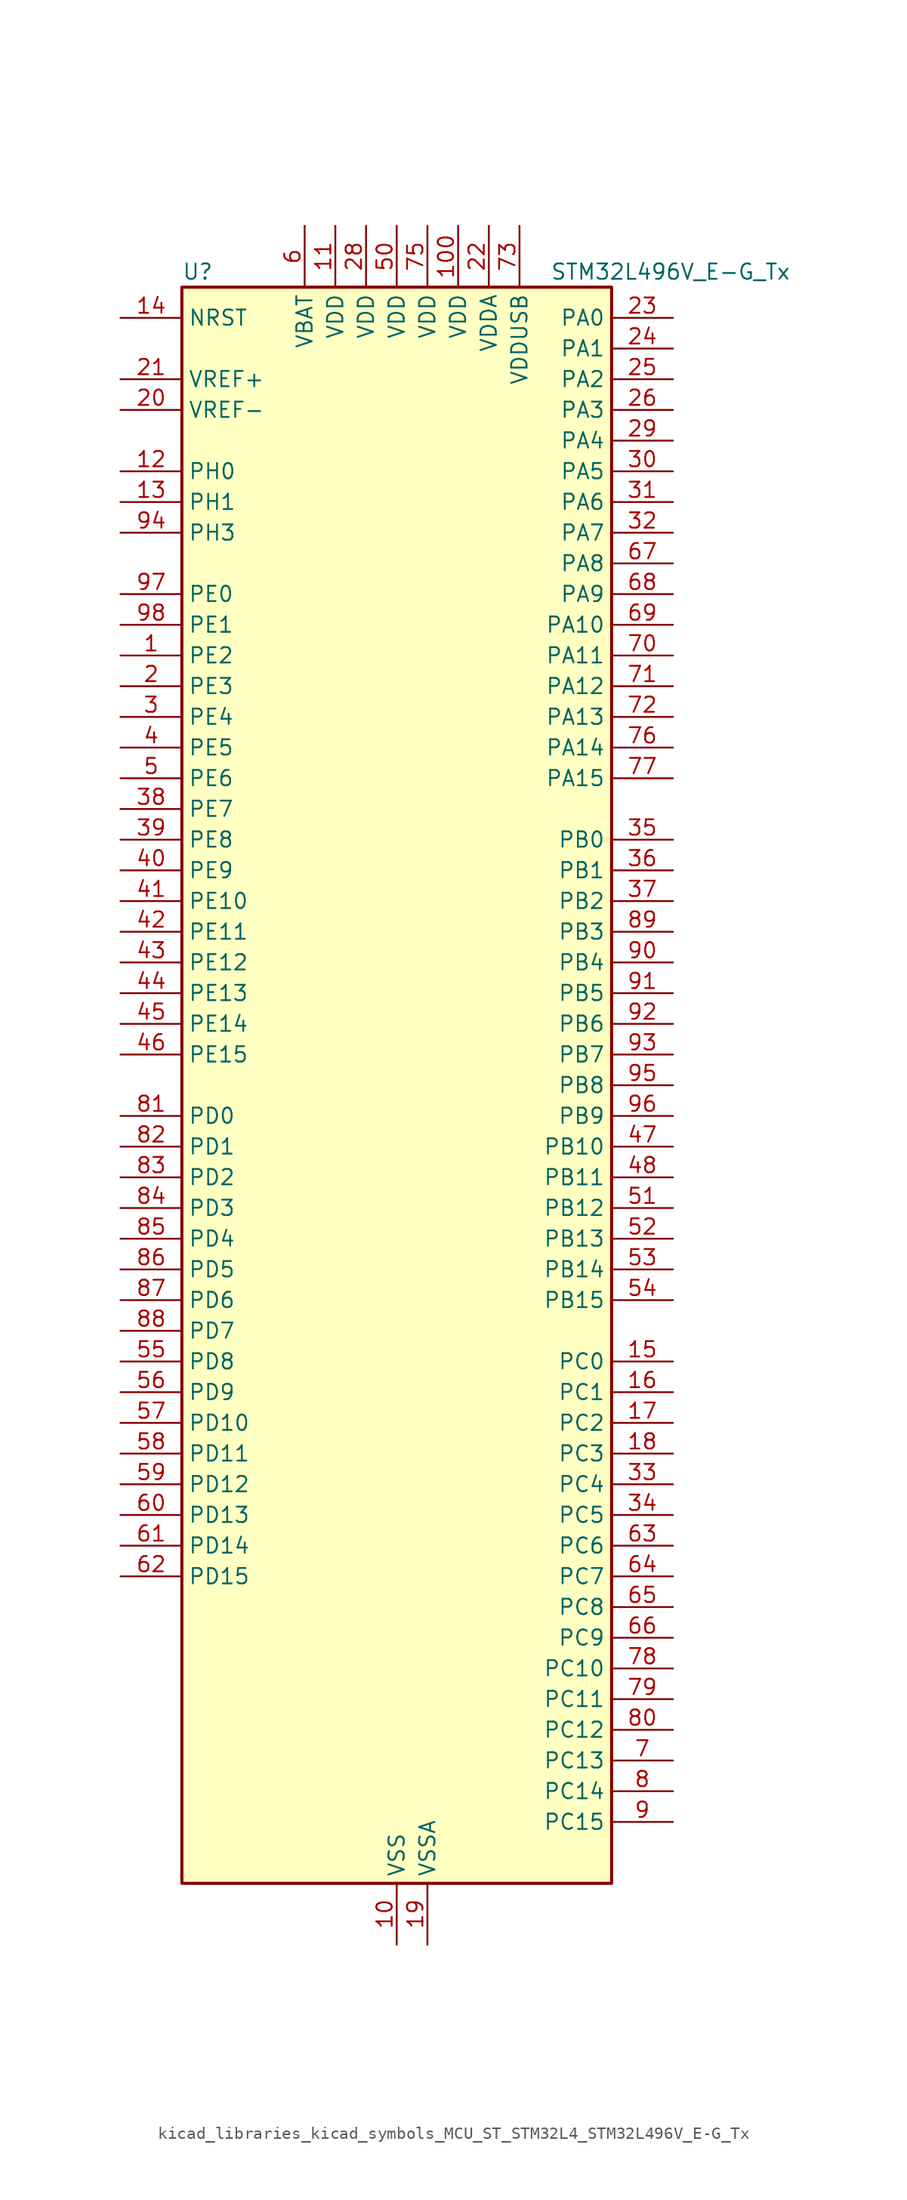
<source format=kicad_sym>
(kicad_symbol_lib
  (version 20220914)
  (generator kicad_symbol_editor)
  (symbol "kicad_libraries_kicad_symbols_MCU_ST_STM32L4_STM32L496V_E-G_Tx"
    (property "Reference" "U"
      (at -17.78 67.31 0)
      (effects (font (size 1.27 1.27)) (justify left)))
    (property "Value" "STM32L496V_E-G_Tx"
      (at 12.7 67.31 0)
      (effects (font (size 1.27 1.27)) (justify left)))
    (property "ki_locked" ""
      (at 0 0 0)
      (effects (font (size 1.27 1.27))))
    (symbol "kicad_libraries_kicad_symbols_MCU_ST_STM32L4_STM32L496V_E-G_Tx_0_1"
      (rectangle (start -17.78 -66.04) (end 17.78 66.04) (stroke (width 0.254) (type default)) (fill (type background))))
    (symbol "kicad_libraries_kicad_symbols_MCU_ST_STM32L4_STM32L496V_E-G_Tx_1_1"
      (pin bidirectional line (at -22.86 35.56 0) (length 5.08) (name "PE2" (effects (font (size 1.27 1.27)))) (number "1" (effects (font (size 1.27 1.27)))) (alternate "FMC_A23" bidirectional line) (alternate "LCD_SEG38" bidirectional line) (alternate "SAI1_MCLK_A" bidirectional line) (alternate "SYS_TRACECLK" bidirectional line) (alternate "TIM3_ETR" bidirectional line) (alternate "TSC_G7_IO1" bidirectional line))
      (pin power_in line (at 0 -71.12 90) (length 5.08) (name "VSS" (effects (font (size 1.27 1.27)))) (number "10" (effects (font (size 1.27 1.27)))))
      (pin power_in line (at 5.08 71.12 270) (length 5.08) (name "VDD" (effects (font (size 1.27 1.27)))) (number "100" (effects (font (size 1.27 1.27)))))
      (pin power_in line (at -5.08 71.12 270) (length 5.08) (name "VDD" (effects (font (size 1.27 1.27)))) (number "11" (effects (font (size 1.27 1.27)))))
      (pin bidirectional line (at -22.86 50.8 0) (length 5.08) (name "PH0" (effects (font (size 1.27 1.27)))) (number "12" (effects (font (size 1.27 1.27)))) (alternate "RCC_OSC_IN" bidirectional line))
      (pin bidirectional line (at -22.86 48.26 0) (length 5.08) (name "PH1" (effects (font (size 1.27 1.27)))) (number "13" (effects (font (size 1.27 1.27)))) (alternate "RCC_OSC_OUT" bidirectional line))
      (pin input line (at -22.86 63.5 0) (length 5.08) (name "NRST" (effects (font (size 1.27 1.27)))) (number "14" (effects (font (size 1.27 1.27)))))
      (pin bidirectional line (at 22.86 -22.86 180) (length 5.08) (name "PC0" (effects (font (size 1.27 1.27)))) (number "15" (effects (font (size 1.27 1.27)))) (alternate "ADC1_IN1" bidirectional line) (alternate "ADC2_IN1" bidirectional line) (alternate "ADC3_IN1" bidirectional line) (alternate "DFSDM1_DATIN4" bidirectional line) (alternate "I2C3_SCL" bidirectional line) (alternate "I2C4_SCL" bidirectional line) (alternate "LCD_SEG18" bidirectional line) (alternate "LPTIM1_IN1" bidirectional line) (alternate "LPTIM2_IN1" bidirectional line) (alternate "LPUART1_RX" bidirectional line))
      (pin bidirectional line (at 22.86 -25.4 180) (length 5.08) (name "PC1" (effects (font (size 1.27 1.27)))) (number "16" (effects (font (size 1.27 1.27)))) (alternate "ADC1_IN2" bidirectional line) (alternate "ADC2_IN2" bidirectional line) (alternate "ADC3_IN2" bidirectional line) (alternate "DFSDM1_CKIN4" bidirectional line) (alternate "I2C3_SDA" bidirectional line) (alternate "I2C4_SDA" bidirectional line) (alternate "LCD_SEG19" bidirectional line) (alternate "LPTIM1_OUT" bidirectional line) (alternate "LPUART1_TX" bidirectional line) (alternate "QUADSPI_BK2_IO0" bidirectional line) (alternate "SAI1_SD_A" bidirectional line) (alternate "SPI2_MOSI" bidirectional line) (alternate "SYS_TRACED0" bidirectional line))
      (pin bidirectional line (at 22.86 -27.94 180) (length 5.08) (name "PC2" (effects (font (size 1.27 1.27)))) (number "17" (effects (font (size 1.27 1.27)))) (alternate "ADC1_IN3" bidirectional line) (alternate "ADC2_IN3" bidirectional line) (alternate "ADC3_IN3" bidirectional line) (alternate "DFSDM1_CKOUT" bidirectional line) (alternate "LCD_SEG20" bidirectional line) (alternate "LPTIM1_IN2" bidirectional line) (alternate "QUADSPI_BK2_IO1" bidirectional line) (alternate "SPI2_MISO" bidirectional line))
      (pin bidirectional line (at 22.86 -30.48 180) (length 5.08) (name "PC3" (effects (font (size 1.27 1.27)))) (number "18" (effects (font (size 1.27 1.27)))) (alternate "ADC1_IN4" bidirectional line) (alternate "ADC2_IN4" bidirectional line) (alternate "ADC3_IN4" bidirectional line) (alternate "LCD_VLCD" bidirectional line) (alternate "LPTIM1_ETR" bidirectional line) (alternate "LPTIM2_ETR" bidirectional line) (alternate "QUADSPI_BK2_IO2" bidirectional line) (alternate "SAI1_SD_A" bidirectional line) (alternate "SPI2_MOSI" bidirectional line))
      (pin power_in line (at 2.54 -71.12 90) (length 5.08) (name "VSSA" (effects (font (size 1.27 1.27)))) (number "19" (effects (font (size 1.27 1.27)))))
      (pin bidirectional line (at -22.86 33.02 0) (length 5.08) (name "PE3" (effects (font (size 1.27 1.27)))) (number "2" (effects (font (size 1.27 1.27)))) (alternate "FMC_A19" bidirectional line) (alternate "LCD_SEG39" bidirectional line) (alternate "SAI1_SD_B" bidirectional line) (alternate "SYS_TRACED0" bidirectional line) (alternate "TIM3_CH1" bidirectional line) (alternate "TSC_G7_IO2" bidirectional line))
      (pin input line (at -22.86 55.88 0) (length 5.08) (name "VREF-" (effects (font (size 1.27 1.27)))) (number "20" (effects (font (size 1.27 1.27)))))
      (pin input line (at -22.86 58.42 0) (length 5.08) (name "VREF+" (effects (font (size 1.27 1.27)))) (number "21" (effects (font (size 1.27 1.27)))) (alternate "VREFBUF_OUT" bidirectional line))
      (pin power_in line (at 7.62 71.12 270) (length 5.08) (name "VDDA" (effects (font (size 1.27 1.27)))) (number "22" (effects (font (size 1.27 1.27)))))
      (pin bidirectional line (at 22.86 63.5 180) (length 5.08) (name "PA0" (effects (font (size 1.27 1.27)))) (number "23" (effects (font (size 1.27 1.27)))) (alternate "ADC1_IN5" bidirectional line) (alternate "ADC2_IN5" bidirectional line) (alternate "OPAMP1_VINP" bidirectional line) (alternate "RTC_TAMP2" bidirectional line) (alternate "SAI1_EXTCLK" bidirectional line) (alternate "SYS_WKUP1" bidirectional line) (alternate "TIM2_CH1" bidirectional line) (alternate "TIM2_ETR" bidirectional line) (alternate "TIM5_CH1" bidirectional line) (alternate "TIM8_ETR" bidirectional line) (alternate "UART4_TX" bidirectional line) (alternate "USART2_CTS" bidirectional line))
      (pin bidirectional line (at 22.86 60.96 180) (length 5.08) (name "PA1" (effects (font (size 1.27 1.27)))) (number "24" (effects (font (size 1.27 1.27)))) (alternate "ADC1_IN6" bidirectional line) (alternate "ADC2_IN6" bidirectional line) (alternate "I2C1_SMBA" bidirectional line) (alternate "LCD_SEG0" bidirectional line) (alternate "OPAMP1_VINM" bidirectional line) (alternate "SPI1_SCK" bidirectional line) (alternate "TIM15_CH1N" bidirectional line) (alternate "TIM2_CH2" bidirectional line) (alternate "TIM5_CH2" bidirectional line) (alternate "UART4_RX" bidirectional line) (alternate "USART2_DE" bidirectional line) (alternate "USART2_RTS" bidirectional line))
      (pin bidirectional line (at 22.86 58.42 180) (length 5.08) (name "PA2" (effects (font (size 1.27 1.27)))) (number "25" (effects (font (size 1.27 1.27)))) (alternate "ADC1_IN7" bidirectional line) (alternate "ADC2_IN7" bidirectional line) (alternate "LCD_SEG1" bidirectional line) (alternate "LPUART1_TX" bidirectional line) (alternate "QUADSPI_BK1_NCS" bidirectional line) (alternate "RCC_LSCO" bidirectional line) (alternate "SAI2_EXTCLK" bidirectional line) (alternate "SYS_WKUP4" bidirectional line) (alternate "TIM15_CH1" bidirectional line) (alternate "TIM2_CH3" bidirectional line) (alternate "TIM5_CH3" bidirectional line) (alternate "USART2_TX" bidirectional line))
      (pin bidirectional line (at 22.86 55.88 180) (length 5.08) (name "PA3" (effects (font (size 1.27 1.27)))) (number "26" (effects (font (size 1.27 1.27)))) (alternate "ADC1_IN8" bidirectional line) (alternate "ADC2_IN8" bidirectional line) (alternate "LCD_SEG2" bidirectional line) (alternate "LPUART1_RX" bidirectional line) (alternate "OPAMP1_VOUT" bidirectional line) (alternate "QUADSPI_CLK" bidirectional line) (alternate "SAI1_MCLK_A" bidirectional line) (alternate "TIM15_CH2" bidirectional line) (alternate "TIM2_CH4" bidirectional line) (alternate "TIM5_CH4" bidirectional line) (alternate "USART2_RX" bidirectional line))
      (pin passive line (at 0 -71.12 90) (length 5.08) hide (name "VSS" (effects (font (size 1.27 1.27)))) (number "27" (effects (font (size 1.27 1.27)))))
      (pin power_in line (at -2.54 71.12 270) (length 5.08) (name "VDD" (effects (font (size 1.27 1.27)))) (number "28" (effects (font (size 1.27 1.27)))))
      (pin bidirectional line (at 22.86 53.34 180) (length 5.08) (name "PA4" (effects (font (size 1.27 1.27)))) (number "29" (effects (font (size 1.27 1.27)))) (alternate "ADC1_IN9" bidirectional line) (alternate "ADC2_IN9" bidirectional line) (alternate "DAC1_OUT1" bidirectional line) (alternate "DCMI_HSYNC" bidirectional line) (alternate "LPTIM2_OUT" bidirectional line) (alternate "SAI1_FS_B" bidirectional line) (alternate "SPI1_NSS" bidirectional line) (alternate "SPI3_NSS" bidirectional line) (alternate "USART2_CK" bidirectional line))
      (pin bidirectional line (at -22.86 30.48 0) (length 5.08) (name "PE4" (effects (font (size 1.27 1.27)))) (number "3" (effects (font (size 1.27 1.27)))) (alternate "DCMI_D4" bidirectional line) (alternate "DFSDM1_DATIN3" bidirectional line) (alternate "FMC_A20" bidirectional line) (alternate "SAI1_FS_A" bidirectional line) (alternate "SYS_TRACED1" bidirectional line) (alternate "TIM3_CH2" bidirectional line) (alternate "TSC_G7_IO3" bidirectional line))
      (pin bidirectional line (at 22.86 50.8 180) (length 5.08) (name "PA5" (effects (font (size 1.27 1.27)))) (number "30" (effects (font (size 1.27 1.27)))) (alternate "ADC1_IN10" bidirectional line) (alternate "ADC2_IN10" bidirectional line) (alternate "DAC1_OUT2" bidirectional line) (alternate "LPTIM2_ETR" bidirectional line) (alternate "SPI1_SCK" bidirectional line) (alternate "TIM2_CH1" bidirectional line) (alternate "TIM2_ETR" bidirectional line) (alternate "TIM8_CH1N" bidirectional line))
      (pin bidirectional line (at 22.86 48.26 180) (length 5.08) (name "PA6" (effects (font (size 1.27 1.27)))) (number "31" (effects (font (size 1.27 1.27)))) (alternate "ADC1_IN11" bidirectional line) (alternate "ADC2_IN11" bidirectional line) (alternate "DCMI_PIXCLK" bidirectional line) (alternate "LCD_SEG3" bidirectional line) (alternate "LPUART1_CTS" bidirectional line) (alternate "OPAMP2_VINP" bidirectional line) (alternate "QUADSPI_BK1_IO3" bidirectional line) (alternate "SPI1_MISO" bidirectional line) (alternate "TIM16_CH1" bidirectional line) (alternate "TIM1_BKIN" bidirectional line) (alternate "TIM1_BKIN_COMP2" bidirectional line) (alternate "TIM3_CH1" bidirectional line) (alternate "TIM8_BKIN" bidirectional line) (alternate "TIM8_BKIN_COMP2" bidirectional line) (alternate "USART3_CTS" bidirectional line))
      (pin bidirectional line (at 22.86 45.72 180) (length 5.08) (name "PA7" (effects (font (size 1.27 1.27)))) (number "32" (effects (font (size 1.27 1.27)))) (alternate "ADC1_IN12" bidirectional line) (alternate "ADC2_IN12" bidirectional line) (alternate "I2C3_SCL" bidirectional line) (alternate "LCD_SEG4" bidirectional line) (alternate "OPAMP2_VINM" bidirectional line) (alternate "QUADSPI_BK1_IO2" bidirectional line) (alternate "SPI1_MOSI" bidirectional line) (alternate "TIM17_CH1" bidirectional line) (alternate "TIM1_CH1N" bidirectional line) (alternate "TIM3_CH2" bidirectional line) (alternate "TIM8_CH1N" bidirectional line))
      (pin bidirectional line (at 22.86 -33.02 180) (length 5.08) (name "PC4" (effects (font (size 1.27 1.27)))) (number "33" (effects (font (size 1.27 1.27)))) (alternate "ADC1_IN13" bidirectional line) (alternate "ADC2_IN13" bidirectional line) (alternate "COMP1_INM" bidirectional line) (alternate "LCD_SEG22" bidirectional line) (alternate "QUADSPI_BK2_IO3" bidirectional line) (alternate "USART3_TX" bidirectional line))
      (pin bidirectional line (at 22.86 -35.56 180) (length 5.08) (name "PC5" (effects (font (size 1.27 1.27)))) (number "34" (effects (font (size 1.27 1.27)))) (alternate "ADC1_IN14" bidirectional line) (alternate "ADC2_IN14" bidirectional line) (alternate "COMP1_INP" bidirectional line) (alternate "LCD_SEG23" bidirectional line) (alternate "SYS_WKUP5" bidirectional line) (alternate "USART3_RX" bidirectional line))
      (pin bidirectional line (at 22.86 20.32 180) (length 5.08) (name "PB0" (effects (font (size 1.27 1.27)))) (number "35" (effects (font (size 1.27 1.27)))) (alternate "ADC1_IN15" bidirectional line) (alternate "ADC2_IN15" bidirectional line) (alternate "COMP1_OUT" bidirectional line) (alternate "LCD_SEG5" bidirectional line) (alternate "OPAMP2_VOUT" bidirectional line) (alternate "QUADSPI_BK1_IO1" bidirectional line) (alternate "SAI1_EXTCLK" bidirectional line) (alternate "SPI1_NSS" bidirectional line) (alternate "TIM1_CH2N" bidirectional line) (alternate "TIM3_CH3" bidirectional line) (alternate "TIM8_CH2N" bidirectional line) (alternate "USART3_CK" bidirectional line))
      (pin bidirectional line (at 22.86 17.78 180) (length 5.08) (name "PB1" (effects (font (size 1.27 1.27)))) (number "36" (effects (font (size 1.27 1.27)))) (alternate "ADC1_IN16" bidirectional line) (alternate "ADC2_IN16" bidirectional line) (alternate "COMP1_INM" bidirectional line) (alternate "DFSDM1_DATIN0" bidirectional line) (alternate "LCD_SEG6" bidirectional line) (alternate "LPTIM2_IN1" bidirectional line) (alternate "LPUART1_DE" bidirectional line) (alternate "LPUART1_RTS" bidirectional line) (alternate "QUADSPI_BK1_IO0" bidirectional line) (alternate "TIM1_CH3N" bidirectional line) (alternate "TIM3_CH4" bidirectional line) (alternate "TIM8_CH3N" bidirectional line) (alternate "USART3_DE" bidirectional line) (alternate "USART3_RTS" bidirectional line))
      (pin bidirectional line (at 22.86 15.24 180) (length 5.08) (name "PB2" (effects (font (size 1.27 1.27)))) (number "37" (effects (font (size 1.27 1.27)))) (alternate "COMP1_INP" bidirectional line) (alternate "DFSDM1_CKIN0" bidirectional line) (alternate "I2C3_SMBA" bidirectional line) (alternate "LCD_VLCD" bidirectional line) (alternate "LPTIM1_OUT" bidirectional line) (alternate "RTC_OUT_ALARM" bidirectional line) (alternate "RTC_OUT_CALIB" bidirectional line))
      (pin bidirectional line (at -22.86 22.86 0) (length 5.08) (name "PE7" (effects (font (size 1.27 1.27)))) (number "38" (effects (font (size 1.27 1.27)))) (alternate "DFSDM1_DATIN2" bidirectional line) (alternate "FMC_D4" bidirectional line) (alternate "FMC_DA4" bidirectional line) (alternate "SAI1_SD_B" bidirectional line) (alternate "TIM1_ETR" bidirectional line))
      (pin bidirectional line (at -22.86 20.32 0) (length 5.08) (name "PE8" (effects (font (size 1.27 1.27)))) (number "39" (effects (font (size 1.27 1.27)))) (alternate "DFSDM1_CKIN2" bidirectional line) (alternate "FMC_D5" bidirectional line) (alternate "FMC_DA5" bidirectional line) (alternate "SAI1_SCK_B" bidirectional line) (alternate "TIM1_CH1N" bidirectional line))
      (pin bidirectional line (at -22.86 27.94 0) (length 5.08) (name "PE5" (effects (font (size 1.27 1.27)))) (number "4" (effects (font (size 1.27 1.27)))) (alternate "DCMI_D6" bidirectional line) (alternate "DFSDM1_CKIN3" bidirectional line) (alternate "FMC_A21" bidirectional line) (alternate "SAI1_SCK_A" bidirectional line) (alternate "SYS_TRACED2" bidirectional line) (alternate "TIM3_CH3" bidirectional line) (alternate "TSC_G7_IO4" bidirectional line))
      (pin bidirectional line (at -22.86 17.78 0) (length 5.08) (name "PE9" (effects (font (size 1.27 1.27)))) (number "40" (effects (font (size 1.27 1.27)))) (alternate "DAC1_EXTI9" bidirectional line) (alternate "DFSDM1_CKOUT" bidirectional line) (alternate "FMC_D6" bidirectional line) (alternate "FMC_DA6" bidirectional line) (alternate "SAI1_FS_B" bidirectional line) (alternate "TIM1_CH1" bidirectional line))
      (pin bidirectional line (at -22.86 15.24 0) (length 5.08) (name "PE10" (effects (font (size 1.27 1.27)))) (number "41" (effects (font (size 1.27 1.27)))) (alternate "DFSDM1_DATIN4" bidirectional line) (alternate "FMC_D7" bidirectional line) (alternate "FMC_DA7" bidirectional line) (alternate "QUADSPI_CLK" bidirectional line) (alternate "SAI1_MCLK_B" bidirectional line) (alternate "TIM1_CH2N" bidirectional line) (alternate "TSC_G5_IO1" bidirectional line))
      (pin bidirectional line (at -22.86 12.7 0) (length 5.08) (name "PE11" (effects (font (size 1.27 1.27)))) (number "42" (effects (font (size 1.27 1.27)))) (alternate "ADC1_EXTI11" bidirectional line) (alternate "ADC2_EXTI11" bidirectional line) (alternate "ADC3_EXTI11" bidirectional line) (alternate "DFSDM1_CKIN4" bidirectional line) (alternate "FMC_D8" bidirectional line) (alternate "FMC_DA8" bidirectional line) (alternate "QUADSPI_BK1_NCS" bidirectional line) (alternate "TIM1_CH2" bidirectional line) (alternate "TSC_G5_IO2" bidirectional line))
      (pin bidirectional line (at -22.86 10.16 0) (length 5.08) (name "PE12" (effects (font (size 1.27 1.27)))) (number "43" (effects (font (size 1.27 1.27)))) (alternate "DFSDM1_DATIN5" bidirectional line) (alternate "FMC_D9" bidirectional line) (alternate "FMC_DA9" bidirectional line) (alternate "QUADSPI_BK1_IO0" bidirectional line) (alternate "SPI1_NSS" bidirectional line) (alternate "TIM1_CH3N" bidirectional line) (alternate "TSC_G5_IO3" bidirectional line))
      (pin bidirectional line (at -22.86 7.62 0) (length 5.08) (name "PE13" (effects (font (size 1.27 1.27)))) (number "44" (effects (font (size 1.27 1.27)))) (alternate "DFSDM1_CKIN5" bidirectional line) (alternate "FMC_D10" bidirectional line) (alternate "FMC_DA10" bidirectional line) (alternate "QUADSPI_BK1_IO1" bidirectional line) (alternate "SPI1_SCK" bidirectional line) (alternate "TIM1_CH3" bidirectional line) (alternate "TSC_G5_IO4" bidirectional line))
      (pin bidirectional line (at -22.86 5.08 0) (length 5.08) (name "PE14" (effects (font (size 1.27 1.27)))) (number "45" (effects (font (size 1.27 1.27)))) (alternate "FMC_D11" bidirectional line) (alternate "FMC_DA11" bidirectional line) (alternate "QUADSPI_BK1_IO2" bidirectional line) (alternate "SPI1_MISO" bidirectional line) (alternate "TIM1_BKIN2" bidirectional line) (alternate "TIM1_BKIN2_COMP2" bidirectional line) (alternate "TIM1_CH4" bidirectional line))
      (pin bidirectional line (at -22.86 2.54 0) (length 5.08) (name "PE15" (effects (font (size 1.27 1.27)))) (number "46" (effects (font (size 1.27 1.27)))) (alternate "ADC1_EXTI15" bidirectional line) (alternate "ADC2_EXTI15" bidirectional line) (alternate "ADC3_EXTI15" bidirectional line) (alternate "FMC_D12" bidirectional line) (alternate "FMC_DA12" bidirectional line) (alternate "QUADSPI_BK1_IO3" bidirectional line) (alternate "SPI1_MOSI" bidirectional line) (alternate "TIM1_BKIN" bidirectional line) (alternate "TIM1_BKIN_COMP1" bidirectional line))
      (pin bidirectional line (at 22.86 -5.08 180) (length 5.08) (name "PB10" (effects (font (size 1.27 1.27)))) (number "47" (effects (font (size 1.27 1.27)))) (alternate "COMP1_OUT" bidirectional line) (alternate "DFSDM1_DATIN7" bidirectional line) (alternate "I2C2_SCL" bidirectional line) (alternate "I2C4_SCL" bidirectional line) (alternate "LCD_SEG10" bidirectional line) (alternate "LPUART1_RX" bidirectional line) (alternate "QUADSPI_CLK" bidirectional line) (alternate "SAI1_SCK_A" bidirectional line) (alternate "SPI2_SCK" bidirectional line) (alternate "TIM2_CH3" bidirectional line) (alternate "TSC_SYNC" bidirectional line) (alternate "USART3_TX" bidirectional line))
      (pin bidirectional line (at 22.86 -7.62 180) (length 5.08) (name "PB11" (effects (font (size 1.27 1.27)))) (number "48" (effects (font (size 1.27 1.27)))) (alternate "ADC1_EXTI11" bidirectional line) (alternate "ADC2_EXTI11" bidirectional line) (alternate "ADC3_EXTI11" bidirectional line) (alternate "COMP2_OUT" bidirectional line) (alternate "DFSDM1_CKIN7" bidirectional line) (alternate "I2C2_SDA" bidirectional line) (alternate "I2C4_SDA" bidirectional line) (alternate "LCD_SEG11" bidirectional line) (alternate "LPUART1_TX" bidirectional line) (alternate "QUADSPI_BK1_NCS" bidirectional line) (alternate "TIM2_CH4" bidirectional line) (alternate "USART3_RX" bidirectional line))
      (pin passive line (at 0 -71.12 90) (length 5.08) hide (name "VSS" (effects (font (size 1.27 1.27)))) (number "49" (effects (font (size 1.27 1.27)))))
      (pin bidirectional line (at -22.86 25.4 0) (length 5.08) (name "PE6" (effects (font (size 1.27 1.27)))) (number "5" (effects (font (size 1.27 1.27)))) (alternate "DCMI_D7" bidirectional line) (alternate "FMC_A22" bidirectional line) (alternate "RTC_TAMP3" bidirectional line) (alternate "SAI1_SD_A" bidirectional line) (alternate "SYS_TRACED3" bidirectional line) (alternate "SYS_WKUP3" bidirectional line) (alternate "TIM3_CH4" bidirectional line))
      (pin power_in line (at 0 71.12 270) (length 5.08) (name "VDD" (effects (font (size 1.27 1.27)))) (number "50" (effects (font (size 1.27 1.27)))))
      (pin bidirectional line (at 22.86 -10.16 180) (length 5.08) (name "PB12" (effects (font (size 1.27 1.27)))) (number "51" (effects (font (size 1.27 1.27)))) (alternate "CAN2_RX" bidirectional line) (alternate "DFSDM1_DATIN1" bidirectional line) (alternate "I2C2_SMBA" bidirectional line) (alternate "LCD_SEG12" bidirectional line) (alternate "LPUART1_DE" bidirectional line) (alternate "LPUART1_RTS" bidirectional line) (alternate "SAI2_FS_A" bidirectional line) (alternate "SPI2_NSS" bidirectional line) (alternate "SWPMI1_IO" bidirectional line) (alternate "TIM15_BKIN" bidirectional line) (alternate "TIM1_BKIN" bidirectional line) (alternate "TIM1_BKIN_COMP2" bidirectional line) (alternate "TSC_G1_IO1" bidirectional line) (alternate "USART3_CK" bidirectional line))
      (pin bidirectional line (at 22.86 -12.7 180) (length 5.08) (name "PB13" (effects (font (size 1.27 1.27)))) (number "52" (effects (font (size 1.27 1.27)))) (alternate "CAN2_TX" bidirectional line) (alternate "DFSDM1_CKIN1" bidirectional line) (alternate "I2C2_SCL" bidirectional line) (alternate "LCD_SEG13" bidirectional line) (alternate "LPUART1_CTS" bidirectional line) (alternate "SAI2_SCK_A" bidirectional line) (alternate "SPI2_SCK" bidirectional line) (alternate "SWPMI1_TX" bidirectional line) (alternate "TIM15_CH1N" bidirectional line) (alternate "TIM1_CH1N" bidirectional line) (alternate "TSC_G1_IO2" bidirectional line) (alternate "USART3_CTS" bidirectional line))
      (pin bidirectional line (at 22.86 -15.24 180) (length 5.08) (name "PB14" (effects (font (size 1.27 1.27)))) (number "53" (effects (font (size 1.27 1.27)))) (alternate "DFSDM1_DATIN2" bidirectional line) (alternate "I2C2_SDA" bidirectional line) (alternate "LCD_SEG14" bidirectional line) (alternate "SAI2_MCLK_A" bidirectional line) (alternate "SPI2_MISO" bidirectional line) (alternate "SWPMI1_RX" bidirectional line) (alternate "TIM15_CH1" bidirectional line) (alternate "TIM1_CH2N" bidirectional line) (alternate "TIM8_CH2N" bidirectional line) (alternate "TSC_G1_IO3" bidirectional line) (alternate "USART3_DE" bidirectional line) (alternate "USART3_RTS" bidirectional line))
      (pin bidirectional line (at 22.86 -17.78 180) (length 5.08) (name "PB15" (effects (font (size 1.27 1.27)))) (number "54" (effects (font (size 1.27 1.27)))) (alternate "ADC1_EXTI15" bidirectional line) (alternate "ADC2_EXTI15" bidirectional line) (alternate "ADC3_EXTI15" bidirectional line) (alternate "DFSDM1_CKIN2" bidirectional line) (alternate "LCD_SEG15" bidirectional line) (alternate "RTC_REFIN" bidirectional line) (alternate "SAI2_SD_A" bidirectional line) (alternate "SPI2_MOSI" bidirectional line) (alternate "SWPMI1_SUSPEND" bidirectional line) (alternate "TIM15_CH2" bidirectional line) (alternate "TIM1_CH3N" bidirectional line) (alternate "TIM8_CH3N" bidirectional line) (alternate "TSC_G1_IO4" bidirectional line))
      (pin bidirectional line (at -22.86 -22.86 0) (length 5.08) (name "PD8" (effects (font (size 1.27 1.27)))) (number "55" (effects (font (size 1.27 1.27)))) (alternate "DCMI_HSYNC" bidirectional line) (alternate "FMC_D13" bidirectional line) (alternate "FMC_DA13" bidirectional line) (alternate "LCD_SEG28" bidirectional line) (alternate "USART3_TX" bidirectional line))
      (pin bidirectional line (at -22.86 -25.4 0) (length 5.08) (name "PD9" (effects (font (size 1.27 1.27)))) (number "56" (effects (font (size 1.27 1.27)))) (alternate "DAC1_EXTI9" bidirectional line) (alternate "DCMI_PIXCLK" bidirectional line) (alternate "FMC_D14" bidirectional line) (alternate "FMC_DA14" bidirectional line) (alternate "LCD_SEG29" bidirectional line) (alternate "SAI2_MCLK_A" bidirectional line) (alternate "USART3_RX" bidirectional line))
      (pin bidirectional line (at -22.86 -27.94 0) (length 5.08) (name "PD10" (effects (font (size 1.27 1.27)))) (number "57" (effects (font (size 1.27 1.27)))) (alternate "FMC_D15" bidirectional line) (alternate "FMC_DA15" bidirectional line) (alternate "LCD_SEG30" bidirectional line) (alternate "SAI2_SCK_A" bidirectional line) (alternate "TSC_G6_IO1" bidirectional line) (alternate "USART3_CK" bidirectional line))
      (pin bidirectional line (at -22.86 -30.48 0) (length 5.08) (name "PD11" (effects (font (size 1.27 1.27)))) (number "58" (effects (font (size 1.27 1.27)))) (alternate "ADC1_EXTI11" bidirectional line) (alternate "ADC2_EXTI11" bidirectional line) (alternate "ADC3_EXTI11" bidirectional line) (alternate "FMC_A16" bidirectional line) (alternate "FMC_CLE" bidirectional line) (alternate "I2C4_SMBA" bidirectional line) (alternate "LCD_SEG31" bidirectional line) (alternate "LPTIM2_ETR" bidirectional line) (alternate "SAI2_SD_A" bidirectional line) (alternate "TSC_G6_IO2" bidirectional line) (alternate "USART3_CTS" bidirectional line))
      (pin bidirectional line (at -22.86 -33.02 0) (length 5.08) (name "PD12" (effects (font (size 1.27 1.27)))) (number "59" (effects (font (size 1.27 1.27)))) (alternate "FMC_A17" bidirectional line) (alternate "FMC_ALE" bidirectional line) (alternate "I2C4_SCL" bidirectional line) (alternate "LCD_SEG32" bidirectional line) (alternate "LPTIM2_IN1" bidirectional line) (alternate "SAI2_FS_A" bidirectional line) (alternate "TIM4_CH1" bidirectional line) (alternate "TSC_G6_IO3" bidirectional line) (alternate "USART3_DE" bidirectional line) (alternate "USART3_RTS" bidirectional line))
      (pin power_in line (at -7.62 71.12 270) (length 5.08) (name "VBAT" (effects (font (size 1.27 1.27)))) (number "6" (effects (font (size 1.27 1.27)))))
      (pin bidirectional line (at -22.86 -35.56 0) (length 5.08) (name "PD13" (effects (font (size 1.27 1.27)))) (number "60" (effects (font (size 1.27 1.27)))) (alternate "FMC_A18" bidirectional line) (alternate "I2C4_SDA" bidirectional line) (alternate "LCD_SEG33" bidirectional line) (alternate "LPTIM2_OUT" bidirectional line) (alternate "TIM4_CH2" bidirectional line) (alternate "TSC_G6_IO4" bidirectional line))
      (pin bidirectional line (at -22.86 -38.1 0) (length 5.08) (name "PD14" (effects (font (size 1.27 1.27)))) (number "61" (effects (font (size 1.27 1.27)))) (alternate "FMC_D0" bidirectional line) (alternate "FMC_DA0" bidirectional line) (alternate "LCD_SEG34" bidirectional line) (alternate "TIM4_CH3" bidirectional line))
      (pin bidirectional line (at -22.86 -40.64 0) (length 5.08) (name "PD15" (effects (font (size 1.27 1.27)))) (number "62" (effects (font (size 1.27 1.27)))) (alternate "ADC1_EXTI15" bidirectional line) (alternate "ADC2_EXTI15" bidirectional line) (alternate "ADC3_EXTI15" bidirectional line) (alternate "FMC_D1" bidirectional line) (alternate "FMC_DA1" bidirectional line) (alternate "LCD_SEG35" bidirectional line) (alternate "TIM4_CH4" bidirectional line))
      (pin bidirectional line (at 22.86 -38.1 180) (length 5.08) (name "PC6" (effects (font (size 1.27 1.27)))) (number "63" (effects (font (size 1.27 1.27)))) (alternate "DCMI_D0" bidirectional line) (alternate "DFSDM1_CKIN3" bidirectional line) (alternate "LCD_SEG24" bidirectional line) (alternate "SAI2_MCLK_A" bidirectional line) (alternate "SDMMC1_D6" bidirectional line) (alternate "TIM3_CH1" bidirectional line) (alternate "TIM8_CH1" bidirectional line) (alternate "TSC_G4_IO1" bidirectional line))
      (pin bidirectional line (at 22.86 -40.64 180) (length 5.08) (name "PC7" (effects (font (size 1.27 1.27)))) (number "64" (effects (font (size 1.27 1.27)))) (alternate "DCMI_D1" bidirectional line) (alternate "DFSDM1_DATIN3" bidirectional line) (alternate "LCD_SEG25" bidirectional line) (alternate "SAI2_MCLK_B" bidirectional line) (alternate "SDMMC1_D7" bidirectional line) (alternate "TIM3_CH2" bidirectional line) (alternate "TIM8_CH2" bidirectional line) (alternate "TSC_G4_IO2" bidirectional line))
      (pin bidirectional line (at 22.86 -43.18 180) (length 5.08) (name "PC8" (effects (font (size 1.27 1.27)))) (number "65" (effects (font (size 1.27 1.27)))) (alternate "DCMI_D2" bidirectional line) (alternate "LCD_SEG26" bidirectional line) (alternate "SDMMC1_D0" bidirectional line) (alternate "TIM3_CH3" bidirectional line) (alternate "TIM8_CH3" bidirectional line) (alternate "TSC_G4_IO3" bidirectional line))
      (pin bidirectional line (at 22.86 -45.72 180) (length 5.08) (name "PC9" (effects (font (size 1.27 1.27)))) (number "66" (effects (font (size 1.27 1.27)))) (alternate "DAC1_EXTI9" bidirectional line) (alternate "DCMI_D3" bidirectional line) (alternate "I2C3_SDA" bidirectional line) (alternate "LCD_SEG27" bidirectional line) (alternate "SAI2_EXTCLK" bidirectional line) (alternate "SDMMC1_D1" bidirectional line) (alternate "TIM3_CH4" bidirectional line) (alternate "TIM8_BKIN2" bidirectional line) (alternate "TIM8_BKIN2_COMP1" bidirectional line) (alternate "TIM8_CH4" bidirectional line) (alternate "TSC_G4_IO4" bidirectional line) (alternate "USB_OTG_FS_NOE" bidirectional line))
      (pin bidirectional line (at 22.86 43.18 180) (length 5.08) (name "PA8" (effects (font (size 1.27 1.27)))) (number "67" (effects (font (size 1.27 1.27)))) (alternate "LCD_COM0" bidirectional line) (alternate "LPTIM2_OUT" bidirectional line) (alternate "RCC_MCO" bidirectional line) (alternate "SAI1_SCK_A" bidirectional line) (alternate "SWPMI1_IO" bidirectional line) (alternate "TIM1_CH1" bidirectional line) (alternate "USART1_CK" bidirectional line) (alternate "USB_OTG_FS_SOF" bidirectional line))
      (pin bidirectional line (at 22.86 40.64 180) (length 5.08) (name "PA9" (effects (font (size 1.27 1.27)))) (number "68" (effects (font (size 1.27 1.27)))) (alternate "DAC1_EXTI9" bidirectional line) (alternate "DCMI_D0" bidirectional line) (alternate "LCD_COM1" bidirectional line) (alternate "SAI1_FS_A" bidirectional line) (alternate "SPI2_SCK" bidirectional line) (alternate "TIM15_BKIN" bidirectional line) (alternate "TIM1_CH2" bidirectional line) (alternate "USART1_TX" bidirectional line) (alternate "USB_OTG_FS_VBUS" bidirectional line))
      (pin bidirectional line (at 22.86 38.1 180) (length 5.08) (name "PA10" (effects (font (size 1.27 1.27)))) (number "69" (effects (font (size 1.27 1.27)))) (alternate "DCMI_D1" bidirectional line) (alternate "LCD_COM2" bidirectional line) (alternate "SAI1_SD_A" bidirectional line) (alternate "TIM17_BKIN" bidirectional line) (alternate "TIM1_CH3" bidirectional line) (alternate "USART1_RX" bidirectional line) (alternate "USB_OTG_FS_ID" bidirectional line))
      (pin bidirectional line (at 22.86 -55.88 180) (length 5.08) (name "PC13" (effects (font (size 1.27 1.27)))) (number "7" (effects (font (size 1.27 1.27)))) (alternate "RTC_OUT_ALARM" bidirectional line) (alternate "RTC_OUT_CALIB" bidirectional line) (alternate "RTC_TAMP1" bidirectional line) (alternate "RTC_TS" bidirectional line) (alternate "SYS_WKUP2" bidirectional line))
      (pin bidirectional line (at 22.86 35.56 180) (length 5.08) (name "PA11" (effects (font (size 1.27 1.27)))) (number "70" (effects (font (size 1.27 1.27)))) (alternate "ADC1_EXTI11" bidirectional line) (alternate "ADC2_EXTI11" bidirectional line) (alternate "ADC3_EXTI11" bidirectional line) (alternate "CAN1_RX" bidirectional line) (alternate "SPI1_MISO" bidirectional line) (alternate "TIM1_BKIN2" bidirectional line) (alternate "TIM1_BKIN2_COMP1" bidirectional line) (alternate "TIM1_CH4" bidirectional line) (alternate "USART1_CTS" bidirectional line) (alternate "USB_OTG_FS_DM" bidirectional line))
      (pin bidirectional line (at 22.86 33.02 180) (length 5.08) (name "PA12" (effects (font (size 1.27 1.27)))) (number "71" (effects (font (size 1.27 1.27)))) (alternate "CAN1_TX" bidirectional line) (alternate "SPI1_MOSI" bidirectional line) (alternate "TIM1_ETR" bidirectional line) (alternate "USART1_DE" bidirectional line) (alternate "USART1_RTS" bidirectional line) (alternate "USB_OTG_FS_DP" bidirectional line))
      (pin bidirectional line (at 22.86 30.48 180) (length 5.08) (name "PA13" (effects (font (size 1.27 1.27)))) (number "72" (effects (font (size 1.27 1.27)))) (alternate "IR_OUT" bidirectional line) (alternate "SAI1_SD_B" bidirectional line) (alternate "SWPMI1_TX" bidirectional line) (alternate "SYS_JTMS-SWDIO" bidirectional line) (alternate "USB_OTG_FS_NOE" bidirectional line))
      (pin power_in line (at 10.16 71.12 270) (length 5.08) (name "VDDUSB" (effects (font (size 1.27 1.27)))) (number "73" (effects (font (size 1.27 1.27)))))
      (pin passive line (at 0 -71.12 90) (length 5.08) hide (name "VSS" (effects (font (size 1.27 1.27)))) (number "74" (effects (font (size 1.27 1.27)))))
      (pin power_in line (at 2.54 71.12 270) (length 5.08) (name "VDD" (effects (font (size 1.27 1.27)))) (number "75" (effects (font (size 1.27 1.27)))))
      (pin bidirectional line (at 22.86 27.94 180) (length 5.08) (name "PA14" (effects (font (size 1.27 1.27)))) (number "76" (effects (font (size 1.27 1.27)))) (alternate "I2C1_SMBA" bidirectional line) (alternate "I2C4_SMBA" bidirectional line) (alternate "LPTIM1_OUT" bidirectional line) (alternate "SAI1_FS_B" bidirectional line) (alternate "SWPMI1_RX" bidirectional line) (alternate "SYS_JTCK-SWCLK" bidirectional line) (alternate "USB_OTG_FS_SOF" bidirectional line))
      (pin bidirectional line (at 22.86 25.4 180) (length 5.08) (name "PA15" (effects (font (size 1.27 1.27)))) (number "77" (effects (font (size 1.27 1.27)))) (alternate "ADC1_EXTI15" bidirectional line) (alternate "ADC2_EXTI15" bidirectional line) (alternate "ADC3_EXTI15" bidirectional line) (alternate "LCD_SEG17" bidirectional line) (alternate "SAI2_FS_B" bidirectional line) (alternate "SPI1_NSS" bidirectional line) (alternate "SPI3_NSS" bidirectional line) (alternate "SWPMI1_SUSPEND" bidirectional line) (alternate "SYS_JTDI" bidirectional line) (alternate "TIM2_CH1" bidirectional line) (alternate "TIM2_ETR" bidirectional line) (alternate "TSC_G3_IO1" bidirectional line) (alternate "UART4_DE" bidirectional line) (alternate "UART4_RTS" bidirectional line) (alternate "USART2_RX" bidirectional line) (alternate "USART3_DE" bidirectional line) (alternate "USART3_RTS" bidirectional line))
      (pin bidirectional line (at 22.86 -48.26 180) (length 5.08) (name "PC10" (effects (font (size 1.27 1.27)))) (number "78" (effects (font (size 1.27 1.27)))) (alternate "DCMI_D8" bidirectional line) (alternate "LCD_COM4" bidirectional line) (alternate "LCD_SEG28" bidirectional line) (alternate "LCD_SEG40" bidirectional line) (alternate "SAI2_SCK_B" bidirectional line) (alternate "SDMMC1_D2" bidirectional line) (alternate "SPI3_SCK" bidirectional line) (alternate "SYS_TRACED1" bidirectional line) (alternate "TSC_G3_IO2" bidirectional line) (alternate "UART4_TX" bidirectional line) (alternate "USART3_TX" bidirectional line))
      (pin bidirectional line (at 22.86 -50.8 180) (length 5.08) (name "PC11" (effects (font (size 1.27 1.27)))) (number "79" (effects (font (size 1.27 1.27)))) (alternate "ADC1_EXTI11" bidirectional line) (alternate "ADC2_EXTI11" bidirectional line) (alternate "ADC3_EXTI11" bidirectional line) (alternate "DCMI_D4" bidirectional line) (alternate "LCD_COM5" bidirectional line) (alternate "LCD_SEG29" bidirectional line) (alternate "LCD_SEG41" bidirectional line) (alternate "QUADSPI_BK2_NCS" bidirectional line) (alternate "SAI2_MCLK_B" bidirectional line) (alternate "SDMMC1_D3" bidirectional line) (alternate "SPI3_MISO" bidirectional line) (alternate "TSC_G3_IO3" bidirectional line) (alternate "UART4_RX" bidirectional line) (alternate "USART3_RX" bidirectional line))
      (pin bidirectional line (at 22.86 -58.42 180) (length 5.08) (name "PC14" (effects (font (size 1.27 1.27)))) (number "8" (effects (font (size 1.27 1.27)))) (alternate "RCC_OSC32_IN" bidirectional line))
      (pin bidirectional line (at 22.86 -53.34 180) (length 5.08) (name "PC12" (effects (font (size 1.27 1.27)))) (number "80" (effects (font (size 1.27 1.27)))) (alternate "DCMI_D9" bidirectional line) (alternate "LCD_COM6" bidirectional line) (alternate "LCD_SEG30" bidirectional line) (alternate "LCD_SEG42" bidirectional line) (alternate "SAI2_SD_B" bidirectional line) (alternate "SDMMC1_CK" bidirectional line) (alternate "SPI3_MOSI" bidirectional line) (alternate "SYS_TRACED3" bidirectional line) (alternate "TSC_G3_IO4" bidirectional line) (alternate "UART5_TX" bidirectional line) (alternate "USART3_CK" bidirectional line))
      (pin bidirectional line (at -22.86 -2.54 0) (length 5.08) (name "PD0" (effects (font (size 1.27 1.27)))) (number "81" (effects (font (size 1.27 1.27)))) (alternate "CAN1_RX" bidirectional line) (alternate "DFSDM1_DATIN7" bidirectional line) (alternate "FMC_D2" bidirectional line) (alternate "FMC_DA2" bidirectional line) (alternate "SPI2_NSS" bidirectional line))
      (pin bidirectional line (at -22.86 -5.08 0) (length 5.08) (name "PD1" (effects (font (size 1.27 1.27)))) (number "82" (effects (font (size 1.27 1.27)))) (alternate "CAN1_TX" bidirectional line) (alternate "DFSDM1_CKIN7" bidirectional line) (alternate "FMC_D3" bidirectional line) (alternate "FMC_DA3" bidirectional line) (alternate "SPI2_SCK" bidirectional line))
      (pin bidirectional line (at -22.86 -7.62 0) (length 5.08) (name "PD2" (effects (font (size 1.27 1.27)))) (number "83" (effects (font (size 1.27 1.27)))) (alternate "DCMI_D11" bidirectional line) (alternate "LCD_COM7" bidirectional line) (alternate "LCD_SEG31" bidirectional line) (alternate "LCD_SEG43" bidirectional line) (alternate "SDMMC1_CMD" bidirectional line) (alternate "SYS_TRACED2" bidirectional line) (alternate "TIM3_ETR" bidirectional line) (alternate "TSC_SYNC" bidirectional line) (alternate "UART5_RX" bidirectional line) (alternate "USART3_DE" bidirectional line) (alternate "USART3_RTS" bidirectional line))
      (pin bidirectional line (at -22.86 -10.16 0) (length 5.08) (name "PD3" (effects (font (size 1.27 1.27)))) (number "84" (effects (font (size 1.27 1.27)))) (alternate "DCMI_D5" bidirectional line) (alternate "DFSDM1_DATIN0" bidirectional line) (alternate "FMC_CLK" bidirectional line) (alternate "QUADSPI_BK2_NCS" bidirectional line) (alternate "SPI2_MISO" bidirectional line) (alternate "SPI2_SCK" bidirectional line) (alternate "USART2_CTS" bidirectional line))
      (pin bidirectional line (at -22.86 -12.7 0) (length 5.08) (name "PD4" (effects (font (size 1.27 1.27)))) (number "85" (effects (font (size 1.27 1.27)))) (alternate "DFSDM1_CKIN0" bidirectional line) (alternate "FMC_NOE" bidirectional line) (alternate "QUADSPI_BK2_IO0" bidirectional line) (alternate "SPI2_MOSI" bidirectional line) (alternate "USART2_DE" bidirectional line) (alternate "USART2_RTS" bidirectional line))
      (pin bidirectional line (at -22.86 -15.24 0) (length 5.08) (name "PD5" (effects (font (size 1.27 1.27)))) (number "86" (effects (font (size 1.27 1.27)))) (alternate "FMC_NWE" bidirectional line) (alternate "QUADSPI_BK2_IO1" bidirectional line) (alternate "USART2_TX" bidirectional line))
      (pin bidirectional line (at -22.86 -17.78 0) (length 5.08) (name "PD6" (effects (font (size 1.27 1.27)))) (number "87" (effects (font (size 1.27 1.27)))) (alternate "DCMI_D10" bidirectional line) (alternate "DFSDM1_DATIN1" bidirectional line) (alternate "FMC_NWAIT" bidirectional line) (alternate "QUADSPI_BK2_IO1" bidirectional line) (alternate "QUADSPI_BK2_IO2" bidirectional line) (alternate "SAI1_SD_A" bidirectional line) (alternate "USART2_RX" bidirectional line))
      (pin bidirectional line (at -22.86 -20.32 0) (length 5.08) (name "PD7" (effects (font (size 1.27 1.27)))) (number "88" (effects (font (size 1.27 1.27)))) (alternate "DFSDM1_CKIN1" bidirectional line) (alternate "FMC_NE1" bidirectional line) (alternate "QUADSPI_BK2_IO3" bidirectional line) (alternate "USART2_CK" bidirectional line))
      (pin bidirectional line (at 22.86 12.7 180) (length 5.08) (name "PB3" (effects (font (size 1.27 1.27)))) (number "89" (effects (font (size 1.27 1.27)))) (alternate "COMP2_INM" bidirectional line) (alternate "CRS_SYNC" bidirectional line) (alternate "LCD_SEG7" bidirectional line) (alternate "SAI1_SCK_B" bidirectional line) (alternate "SPI1_SCK" bidirectional line) (alternate "SPI3_SCK" bidirectional line) (alternate "SYS_JTDO-SWO" bidirectional line) (alternate "TIM2_CH2" bidirectional line) (alternate "USART1_DE" bidirectional line) (alternate "USART1_RTS" bidirectional line))
      (pin bidirectional line (at 22.86 -60.96 180) (length 5.08) (name "PC15" (effects (font (size 1.27 1.27)))) (number "9" (effects (font (size 1.27 1.27)))) (alternate "ADC1_EXTI15" bidirectional line) (alternate "ADC2_EXTI15" bidirectional line) (alternate "ADC3_EXTI15" bidirectional line) (alternate "RCC_OSC32_OUT" bidirectional line))
      (pin bidirectional line (at 22.86 10.16 180) (length 5.08) (name "PB4" (effects (font (size 1.27 1.27)))) (number "90" (effects (font (size 1.27 1.27)))) (alternate "COMP2_INP" bidirectional line) (alternate "DCMI_D12" bidirectional line) (alternate "I2C3_SDA" bidirectional line) (alternate "LCD_SEG8" bidirectional line) (alternate "SAI1_MCLK_B" bidirectional line) (alternate "SPI1_MISO" bidirectional line) (alternate "SPI3_MISO" bidirectional line) (alternate "SYS_JTRST" bidirectional line) (alternate "TIM17_BKIN" bidirectional line) (alternate "TIM3_CH1" bidirectional line) (alternate "TSC_G2_IO1" bidirectional line) (alternate "UART5_DE" bidirectional line) (alternate "UART5_RTS" bidirectional line) (alternate "USART1_CTS" bidirectional line))
      (pin bidirectional line (at 22.86 7.62 180) (length 5.08) (name "PB5" (effects (font (size 1.27 1.27)))) (number "91" (effects (font (size 1.27 1.27)))) (alternate "CAN2_RX" bidirectional line) (alternate "COMP2_OUT" bidirectional line) (alternate "DCMI_D10" bidirectional line) (alternate "I2C1_SMBA" bidirectional line) (alternate "LCD_SEG9" bidirectional line) (alternate "LPTIM1_IN1" bidirectional line) (alternate "SAI1_SD_B" bidirectional line) (alternate "SPI1_MOSI" bidirectional line) (alternate "SPI3_MOSI" bidirectional line) (alternate "TIM16_BKIN" bidirectional line) (alternate "TIM3_CH2" bidirectional line) (alternate "TSC_G2_IO2" bidirectional line) (alternate "UART5_CTS" bidirectional line) (alternate "USART1_CK" bidirectional line))
      (pin bidirectional line (at 22.86 5.08 180) (length 5.08) (name "PB6" (effects (font (size 1.27 1.27)))) (number "92" (effects (font (size 1.27 1.27)))) (alternate "CAN2_TX" bidirectional line) (alternate "COMP2_INP" bidirectional line) (alternate "DCMI_D5" bidirectional line) (alternate "DFSDM1_DATIN5" bidirectional line) (alternate "I2C1_SCL" bidirectional line) (alternate "I2C4_SCL" bidirectional line) (alternate "LPTIM1_ETR" bidirectional line) (alternate "SAI1_FS_B" bidirectional line) (alternate "TIM16_CH1N" bidirectional line) (alternate "TIM4_CH1" bidirectional line) (alternate "TIM8_BKIN2" bidirectional line) (alternate "TIM8_BKIN2_COMP2" bidirectional line) (alternate "TSC_G2_IO3" bidirectional line) (alternate "USART1_TX" bidirectional line))
      (pin bidirectional line (at 22.86 2.54 180) (length 5.08) (name "PB7" (effects (font (size 1.27 1.27)))) (number "93" (effects (font (size 1.27 1.27)))) (alternate "COMP2_INM" bidirectional line) (alternate "DCMI_VSYNC" bidirectional line) (alternate "DFSDM1_CKIN5" bidirectional line) (alternate "FMC_NL" bidirectional line) (alternate "I2C1_SDA" bidirectional line) (alternate "I2C4_SDA" bidirectional line) (alternate "LCD_SEG21" bidirectional line) (alternate "LPTIM1_IN2" bidirectional line) (alternate "SYS_PVD_IN" bidirectional line) (alternate "TIM17_CH1N" bidirectional line) (alternate "TIM4_CH2" bidirectional line) (alternate "TIM8_BKIN" bidirectional line) (alternate "TIM8_BKIN_COMP1" bidirectional line) (alternate "TSC_G2_IO4" bidirectional line) (alternate "UART4_CTS" bidirectional line) (alternate "USART1_RX" bidirectional line))
      (pin bidirectional line (at -22.86 45.72 0) (length 5.08) (name "PH3" (effects (font (size 1.27 1.27)))) (number "94" (effects (font (size 1.27 1.27)))))
      (pin bidirectional line (at 22.86 0 180) (length 5.08) (name "PB8" (effects (font (size 1.27 1.27)))) (number "95" (effects (font (size 1.27 1.27)))) (alternate "CAN1_RX" bidirectional line) (alternate "DCMI_D6" bidirectional line) (alternate "DFSDM1_DATIN6" bidirectional line) (alternate "I2C1_SCL" bidirectional line) (alternate "LCD_SEG16" bidirectional line) (alternate "SAI1_MCLK_A" bidirectional line) (alternate "SDMMC1_D4" bidirectional line) (alternate "TIM16_CH1" bidirectional line) (alternate "TIM4_CH3" bidirectional line))
      (pin bidirectional line (at 22.86 -2.54 180) (length 5.08) (name "PB9" (effects (font (size 1.27 1.27)))) (number "96" (effects (font (size 1.27 1.27)))) (alternate "CAN1_TX" bidirectional line) (alternate "DAC1_EXTI9" bidirectional line) (alternate "DCMI_D7" bidirectional line) (alternate "DFSDM1_CKIN6" bidirectional line) (alternate "I2C1_SDA" bidirectional line) (alternate "IR_OUT" bidirectional line) (alternate "LCD_COM3" bidirectional line) (alternate "SAI1_FS_A" bidirectional line) (alternate "SDMMC1_D5" bidirectional line) (alternate "SPI2_NSS" bidirectional line) (alternate "TIM17_CH1" bidirectional line) (alternate "TIM4_CH4" bidirectional line))
      (pin bidirectional line (at -22.86 40.64 0) (length 5.08) (name "PE0" (effects (font (size 1.27 1.27)))) (number "97" (effects (font (size 1.27 1.27)))) (alternate "DCMI_D2" bidirectional line) (alternate "FMC_NBL0" bidirectional line) (alternate "LCD_SEG36" bidirectional line) (alternate "TIM16_CH1" bidirectional line) (alternate "TIM4_ETR" bidirectional line))
      (pin bidirectional line (at -22.86 38.1 0) (length 5.08) (name "PE1" (effects (font (size 1.27 1.27)))) (number "98" (effects (font (size 1.27 1.27)))) (alternate "DCMI_D3" bidirectional line) (alternate "FMC_NBL1" bidirectional line) (alternate "LCD_SEG37" bidirectional line) (alternate "TIM17_CH1" bidirectional line))
      (pin passive line (at 0 -71.12 90) (length 5.08) hide (name "VSS" (effects (font (size 1.27 1.27)))) (number "99" (effects (font (size 1.27 1.27))))))))
</source>
